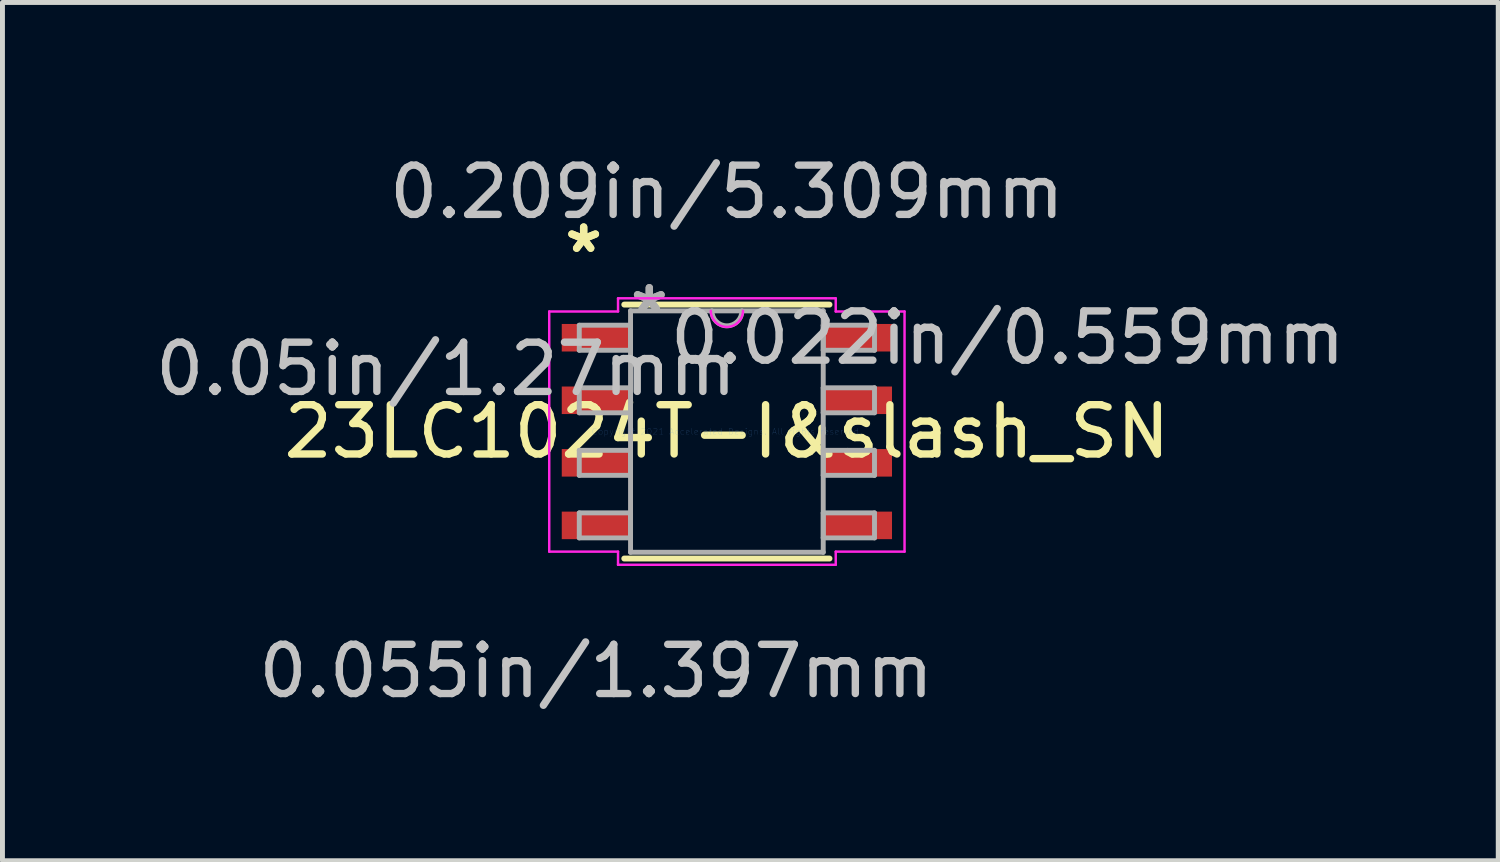
<source format=kicad_pcb>
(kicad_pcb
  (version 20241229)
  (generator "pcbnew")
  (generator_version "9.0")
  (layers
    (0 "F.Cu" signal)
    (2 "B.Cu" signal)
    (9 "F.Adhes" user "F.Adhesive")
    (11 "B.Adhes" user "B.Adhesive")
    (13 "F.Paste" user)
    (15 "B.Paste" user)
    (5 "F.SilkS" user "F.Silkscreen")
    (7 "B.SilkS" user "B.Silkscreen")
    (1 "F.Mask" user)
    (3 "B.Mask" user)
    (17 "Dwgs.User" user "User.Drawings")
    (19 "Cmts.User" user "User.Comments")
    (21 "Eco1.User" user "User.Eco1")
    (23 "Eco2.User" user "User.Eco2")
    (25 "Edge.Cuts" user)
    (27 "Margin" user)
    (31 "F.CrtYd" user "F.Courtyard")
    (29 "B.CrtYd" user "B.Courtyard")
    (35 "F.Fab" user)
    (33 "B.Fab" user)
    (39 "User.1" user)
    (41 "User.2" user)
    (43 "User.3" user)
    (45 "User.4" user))
  (footprint "23LC1024T-I&slash_SN"
    (layer "F.Cu")
    (at 11.708 5.712)
    (property "Reference" "23LC1024T-I&slash_SN" (at 0 0 0) (layer "F.SilkS") (effects (font (size 1 1) (thickness 0.15))))
    (attr through_hole)
    (fp_line (start -2.083 2.578) (end 2.083 2.578) (stroke (width 0.12) (type solid)) (layer "F.SilkS"))
    (fp_line (start 2.083 -2.578) (end -2.083 -2.578) (stroke (width 0.12) (type solid)) (layer "F.SilkS"))
    (fp_line (start -3.607 -2.438) (end -2.21 -2.438) (stroke (width 0.05) (type solid)) (layer "F.CrtYd"))
    (fp_line (start -3.607 2.438) (end -3.607 -2.438) (stroke (width 0.05) (type solid)) (layer "F.CrtYd"))
    (fp_line (start -2.21 -2.705) (end 2.21 -2.705) (stroke (width 0.05) (type solid)) (layer "F.CrtYd"))
    (fp_line (start -2.21 -2.438) (end -2.21 -2.705) (stroke (width 0.05) (type solid)) (layer "F.CrtYd"))
    (fp_line (start -2.21 2.438) (end -3.607 2.438) (stroke (width 0.05) (type solid)) (layer "F.CrtYd"))
    (fp_line (start -2.21 2.705) (end -2.21 2.438) (stroke (width 0.05) (type solid)) (layer "F.CrtYd"))
    (fp_line (start 2.21 -2.705) (end 2.21 -2.438) (stroke (width 0.05) (type solid)) (layer "F.CrtYd"))
    (fp_line (start 2.21 -2.438) (end 3.607 -2.438) (stroke (width 0.05) (type solid)) (layer "F.CrtYd"))
    (fp_line (start 2.21 2.438) (end 2.21 2.705) (stroke (width 0.05) (type solid)) (layer "F.CrtYd"))
    (fp_line (start 2.21 2.705) (end -2.21 2.705) (stroke (width 0.05) (type solid)) (layer "F.CrtYd"))
    (fp_line (start 3.607 -2.438) (end 3.607 2.438) (stroke (width 0.05) (type solid)) (layer "F.CrtYd"))
    (fp_line (start 3.607 2.438) (end 2.21 2.438) (stroke (width 0.05) (type solid)) (layer "F.CrtYd"))
    (fp_arc (start 0.325967 -2.4511) (mid 0 -2.125133) (end -0.325967 -2.4511) (stroke (width 0.05) (type solid)) (layer "F.CrtYd"))
    (fp_line (start -2.997 -2.159) (end -2.997 -1.651) (stroke (width 0.1) (type solid)) (layer "F.Fab"))
    (fp_line (start -2.997 -1.651) (end -1.956 -1.651) (stroke (width 0.1) (type solid)) (layer "F.Fab"))
    (fp_line (start -2.997 -0.889) (end -2.997 -0.381) (stroke (width 0.1) (type solid)) (layer "F.Fab"))
    (fp_line (start -2.997 -0.381) (end -1.956 -0.381) (stroke (width 0.1) (type solid)) (layer "F.Fab"))
    (fp_line (start -2.997 0.381) (end -2.997 0.889) (stroke (width 0.1) (type solid)) (layer "F.Fab"))
    (fp_line (start -2.997 0.889) (end -1.956 0.889) (stroke (width 0.1) (type solid)) (layer "F.Fab"))
    (fp_line (start -2.997 1.651) (end -2.997 2.159) (stroke (width 0.1) (type solid)) (layer "F.Fab"))
    (fp_line (start -2.997 2.159) (end -1.956 2.159) (stroke (width 0.1) (type solid)) (layer "F.Fab"))
    (fp_line (start -1.956 -2.451) (end -1.956 2.451) (stroke (width 0.1) (type solid)) (layer "F.Fab"))
    (fp_line (start -1.956 -2.159) (end -2.997 -2.159) (stroke (width 0.1) (type solid)) (layer "F.Fab"))
    (fp_line (start -1.956 -1.651) (end -1.956 -2.159) (stroke (width 0.1) (type solid)) (layer "F.Fab"))
    (fp_line (start -1.956 -0.889) (end -2.997 -0.889) (stroke (width 0.1) (type solid)) (layer "F.Fab"))
    (fp_line (start -1.956 -0.381) (end -1.956 -0.889) (stroke (width 0.1) (type solid)) (layer "F.Fab"))
    (fp_line (start -1.956 0.381) (end -2.997 0.381) (stroke (width 0.1) (type solid)) (layer "F.Fab"))
    (fp_line (start -1.956 0.889) (end -1.956 0.381) (stroke (width 0.1) (type solid)) (layer "F.Fab"))
    (fp_line (start -1.956 1.651) (end -2.997 1.651) (stroke (width 0.1) (type solid)) (layer "F.Fab"))
    (fp_line (start -1.956 2.159) (end -1.956 1.651) (stroke (width 0.1) (type solid)) (layer "F.Fab"))
    (fp_line (start -1.956 2.451) (end 1.956 2.451) (stroke (width 0.1) (type solid)) (layer "F.Fab"))
    (fp_line (start 1.956 -2.451) (end -1.956 -2.451) (stroke (width 0.1) (type solid)) (layer "F.Fab"))
    (fp_line (start 1.956 -2.159) (end 1.956 -1.651) (stroke (width 0.1) (type solid)) (layer "F.Fab"))
    (fp_line (start 1.956 -1.651) (end 2.997 -1.651) (stroke (width 0.1) (type solid)) (layer "F.Fab"))
    (fp_line (start 1.956 -0.889) (end 1.956 -0.381) (stroke (width 0.1) (type solid)) (layer "F.Fab"))
    (fp_line (start 1.956 -0.381) (end 2.997 -0.381) (stroke (width 0.1) (type solid)) (layer "F.Fab"))
    (fp_line (start 1.956 0.381) (end 1.956 0.889) (stroke (width 0.1) (type solid)) (layer "F.Fab"))
    (fp_line (start 1.956 0.889) (end 2.997 0.889) (stroke (width 0.1) (type solid)) (layer "F.Fab"))
    (fp_line (start 1.956 1.651) (end 1.956 2.159) (stroke (width 0.1) (type solid)) (layer "F.Fab"))
    (fp_line (start 1.956 2.159) (end 2.997 2.159) (stroke (width 0.1) (type solid)) (layer "F.Fab"))
    (fp_line (start 1.956 2.451) (end 1.956 -2.451) (stroke (width 0.1) (type solid)) (layer "F.Fab"))
    (fp_line (start 2.997 -2.159) (end 1.956 -2.159) (stroke (width 0.1) (type solid)) (layer "F.Fab"))
    (fp_line (start 2.997 -1.651) (end 2.997 -2.159) (stroke (width 0.1) (type solid)) (layer "F.Fab"))
    (fp_line (start 2.997 -0.889) (end 1.956 -0.889) (stroke (width 0.1) (type solid)) (layer "F.Fab"))
    (fp_line (start 2.997 -0.381) (end 2.997 -0.889) (stroke (width 0.1) (type solid)) (layer "F.Fab"))
    (fp_line (start 2.997 0.381) (end 1.956 0.381) (stroke (width 0.1) (type solid)) (layer "F.Fab"))
    (fp_line (start 2.997 0.889) (end 2.997 0.381) (stroke (width 0.1) (type solid)) (layer "F.Fab"))
    (fp_line (start 2.997 1.651) (end 1.956 1.651) (stroke (width 0.1) (type solid)) (layer "F.Fab"))
    (fp_line (start 2.997 2.159) (end 2.997 1.651) (stroke (width 0.1) (type solid)) (layer "F.Fab"))
    (fp_arc (start 0.3048 -2.4511) (mid 0 -2.1463) (end -0.3048 -2.4511) (stroke (width 0.1) (type solid)) (layer "F.Fab"))
    (fp_text user "*" (at -2.908 -3.607 0) (layer "F.SilkS") (effects (font (size 1 1) (thickness 0.15))))
    (fp_text user "*" (at -2.908 -3.607 0) (layer "F.SilkS") (effects (font (size 1 1) (thickness 0.15))))
    (fp_text user "0.055in/1.397mm" (at -2.654 4.864 0) (layer "Dwgs.User") (effects (font (size 1 1) (thickness 0.15))))
    (fp_text user "0.05in/1.27mm" (at -5.702 -1.27 0) (layer "Dwgs.User") (effects (font (size 1 1) (thickness 0.15))))
    (fp_text user "0.209in/5.309mm" (at 0 -4.864 0) (layer "Dwgs.User") (effects (font (size 1 1) (thickness 0.15))))
    (fp_text user "0.022in/0.559mm" (at 5.702 -1.905 0) (layer "Dwgs.User") (effects (font (size 1 1) (thickness 0.15))))
    (fp_text user "Copyright 2021 Accelerated Designs. All rights reserved." (at 0 0 0) (layer "Cmts.User") (effects (font (size 0.127 0.127) (thickness 0.002))))
    (fp_text user "*" (at -1.575 -2.375 0) (layer "F.Fab") (effects (font (size 1 1) (thickness 0.15))))
    (fp_text user "*" (at -1.575 -2.375 0) (layer "F.Fab") (effects (font (size 1 1) (thickness 0.15))))
    (pad "1" smd rect (at -2.654 -1.905) (size 1.397 0.559) (layers "F.Cu" "F.Mask" "F.Paste"))
    (pad "2" smd rect (at -2.654 -0.635) (size 1.397 0.559) (layers "F.Cu" "F.Mask" "F.Paste"))
    (pad "3" smd rect (at -2.654 0.635) (size 1.397 0.559) (layers "F.Cu" "F.Mask" "F.Paste"))
    (pad "4" smd rect (at -2.654 1.905) (size 1.397 0.559) (layers "F.Cu" "F.Mask" "F.Paste"))
    (pad "5" smd rect (at 2.654 1.905) (size 1.397 0.559) (layers "F.Cu" "F.Mask" "F.Paste"))
    (pad "6" smd rect (at 2.654 0.635) (size 1.397 0.559) (layers "F.Cu" "F.Mask" "F.Paste"))
    (pad "7" smd rect (at 2.654 -0.635) (size 1.397 0.559) (layers "F.Cu" "F.Mask" "F.Paste"))
    (pad "8" smd rect (at 2.654 -1.905) (size 1.397 0.559) (layers "F.Cu" "F.Mask" "F.Paste")))
  (gr_rect
    (start -3 -3)
    (end 27.369 14.425)
    (stroke (width 0.1) (type default))
    (fill no)
    (layer "Edge.Cuts")))
</source>
